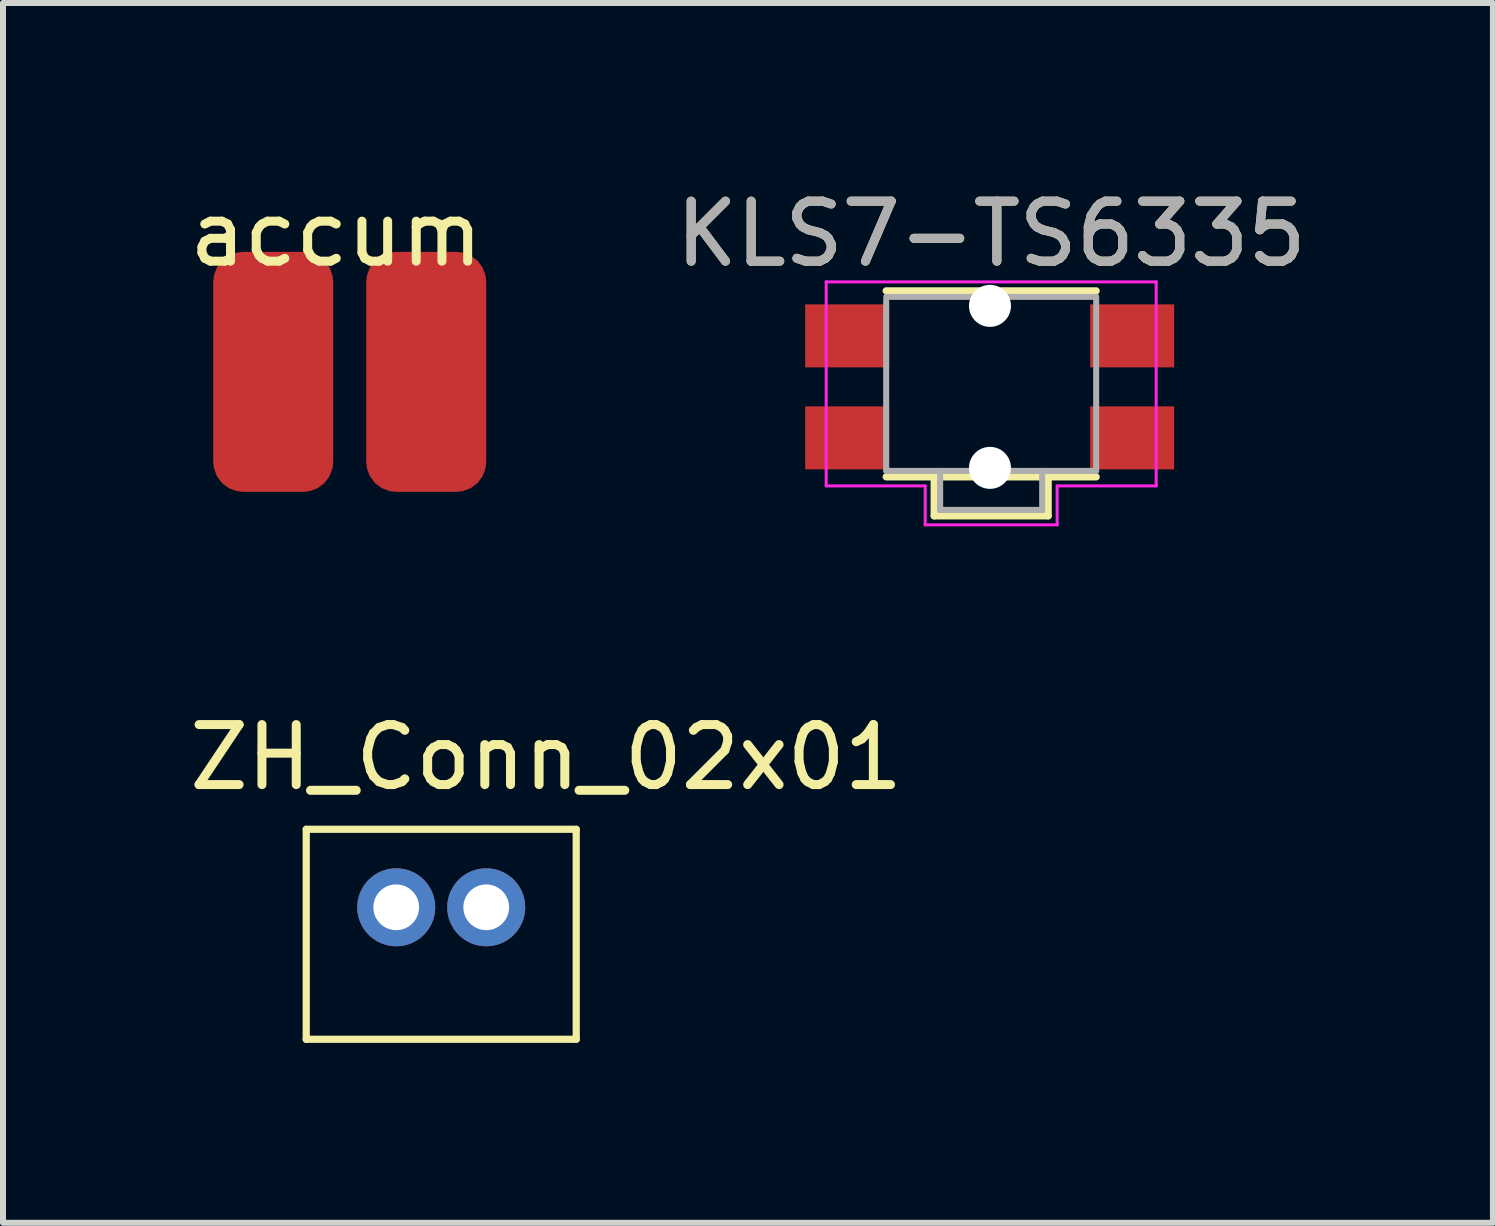
<source format=kicad_pcb>
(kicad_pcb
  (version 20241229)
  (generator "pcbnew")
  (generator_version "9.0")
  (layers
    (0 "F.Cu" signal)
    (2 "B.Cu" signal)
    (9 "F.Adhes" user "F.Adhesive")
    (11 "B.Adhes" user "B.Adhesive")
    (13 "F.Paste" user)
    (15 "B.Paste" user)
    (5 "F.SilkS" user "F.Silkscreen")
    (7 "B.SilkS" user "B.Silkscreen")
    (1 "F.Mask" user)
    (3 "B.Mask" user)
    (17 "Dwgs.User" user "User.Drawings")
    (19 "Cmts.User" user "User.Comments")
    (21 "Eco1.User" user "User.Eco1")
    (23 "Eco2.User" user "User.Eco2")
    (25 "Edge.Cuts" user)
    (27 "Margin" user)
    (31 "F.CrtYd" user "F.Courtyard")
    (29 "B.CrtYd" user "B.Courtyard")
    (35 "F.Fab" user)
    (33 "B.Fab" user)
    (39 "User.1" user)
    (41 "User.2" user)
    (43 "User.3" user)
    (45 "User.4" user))
  (footprint "accum"
    (layer "F.Cu")
    (at 2.554 0.348)
    (property "Reference" "accum" (at 0 0.5 0) (layer "F.SilkS") (effects (font (size 1 1) (thickness 0.15))))
    (attr through_hole)
    (pad "1" smd roundrect (at -1.05 2.8) (size 2 4) (layers "F.Cu" "F.Mask" "F.Paste") (roundrect_rratio 0.25))
    (pad "2" smd roundrect (at 1.5 2.8) (size 2 4) (layers "F.Cu" "F.Mask" "F.Paste") (roundrect_rratio 0.25)))
  (footprint "ZH_Conn_02x01"
    (layer "F.Cu")
    (at 7.054 9.072)
    (property "Reference" "ZH_Conn_02x01" (at -1 0.5 0) (layer "F.SilkS") (effects (font (size 1 1) (thickness 0.15))))
    (attr through_hole)
    (fp_line (start -5 1.7) (end -0.5 1.7) (stroke (width 0.12) (type solid)) (layer "F.SilkS"))
    (fp_line (start -5 5.2) (end -5 1.7) (stroke (width 0.12) (type solid)) (layer "F.SilkS"))
    (fp_line (start -0.5 1.7) (end -0.5 5.2) (stroke (width 0.12) (type solid)) (layer "F.SilkS"))
    (fp_line (start -0.5 5.2) (end -5 5.2) (stroke (width 0.12) (type solid)) (layer "F.SilkS"))
    (pad "1" thru_hole circle (at -3.5 3) (size 1.3 1.3) (drill 0.762) (layers "*.Cu" "*.Mask"))
    (pad "2" thru_hole circle (at -2 3) (size 1.3 1.3) (drill 0.762) (layers "*.Cu" "*.Mask")))
  (footprint "KLS7-TS6335"
    (layer "F.Cu")
    (at 11.07 2.598)
    (property "Reference" "KLS7-TS6335" (at 2.4 -1.75 0) (layer "F.SilkS") (effects (font (size 1 1) (thickness 0.15))))
    (attr smd)
    (fp_line (start 0.65 -0.8) (end 4.15 -0.8) (stroke (width 0.12) (type solid)) (layer "F.SilkS"))
    (fp_line (start 1.45 2.95) (end 1.45 2.3) (stroke (width 0.12) (type solid)) (layer "F.SilkS"))
    (fp_line (start 3.35 2.3) (end 3.35 2.95) (stroke (width 0.12) (type solid)) (layer "F.SilkS"))
    (fp_line (start 3.35 2.95) (end 1.45 2.95) (stroke (width 0.12) (type solid)) (layer "F.SilkS"))
    (fp_line (start 4.15 2.3) (end 0.65 2.3) (stroke (width 0.12) (type solid)) (layer "F.SilkS"))
    (fp_line (start -0.35 -0.95) (end 5.15 -0.95) (stroke (width 0.05) (type solid)) (layer "F.CrtYd"))
    (fp_line (start -0.35 2.45) (end -0.35 -0.95) (stroke (width 0.05) (type solid)) (layer "F.CrtYd"))
    (fp_line (start 1.3 2.45) (end -0.35 2.45) (stroke (width 0.05) (type solid)) (layer "F.CrtYd"))
    (fp_line (start 1.3 3.1) (end 1.3 2.45) (stroke (width 0.05) (type solid)) (layer "F.CrtYd"))
    (fp_line (start 3.5 2.45) (end 3.5 3.1) (stroke (width 0.05) (type solid)) (layer "F.CrtYd"))
    (fp_line (start 3.5 3.1) (end 1.3 3.1) (stroke (width 0.05) (type solid)) (layer "F.CrtYd"))
    (fp_line (start 5.15 -0.95) (end 5.15 2.45) (stroke (width 0.05) (type solid)) (layer "F.CrtYd"))
    (fp_line (start 5.15 2.45) (end 3.5 2.45) (stroke (width 0.05) (type solid)) (layer "F.CrtYd"))
    (fp_line (start 0.65 -0.7) (end 4.15 -0.7) (stroke (width 0.1) (type solid)) (layer "F.Fab"))
    (fp_line (start 0.65 2.2) (end 0.65 -0.65) (stroke (width 0.1) (type solid)) (layer "F.Fab"))
    (fp_line (start 1.55 2.85) (end 1.55 2.2) (stroke (width 0.1) (type solid)) (layer "F.Fab"))
    (fp_line (start 1.55 2.85) (end 3.25 2.85) (stroke (width 0.1) (type solid)) (layer "F.Fab"))
    (fp_line (start 3.25 2.85) (end 3.25 2.2) (stroke (width 0.1) (type solid)) (layer "F.Fab"))
    (fp_line (start 4.15 -0.7) (end 4.15 2.2) (stroke (width 0.1) (type solid)) (layer "F.Fab"))
    (fp_line (start 4.15 2.2) (end 0.65 2.2) (stroke (width 0.1) (type solid)) (layer "F.Fab"))
    (fp_text user "${REFERENCE}" (at 2.4 -1.75 0) (layer "F.Fab") (effects (font (size 1 1) (thickness 0.15))))
    (pad "" np_thru_hole circle (at 2.38 -0.55) (size 0.7 0.7) (drill 0.7) (layers "*.Cu" "*.Mask"))
    (pad "" np_thru_hole circle (at 2.38 2.15) (size 0.7 0.7) (drill 0.7) (layers "*.Cu" "*.Mask"))
    (pad "1" smd rect (at 0 -0.05) (size 1.4 1.05) (layers "F.Cu" "F.Mask" "F.Paste"))
    (pad "1" smd rect (at 4.75 -0.05) (size 1.4 1.05) (layers "F.Cu" "F.Mask" "F.Paste"))
    (pad "2" smd rect (at 0 1.65) (size 1.4 1.05) (layers "F.Cu" "F.Mask" "F.Paste"))
    (pad "2" smd rect (at 4.75 1.65) (size 1.4 1.05) (layers "F.Cu" "F.Mask" "F.Paste")))
  (gr_rect
    (start -3 -3)
    (end 21.833 17.331)
    (stroke (width 0.1) (type default))
    (fill no)
    (layer "Edge.Cuts")))
</source>
